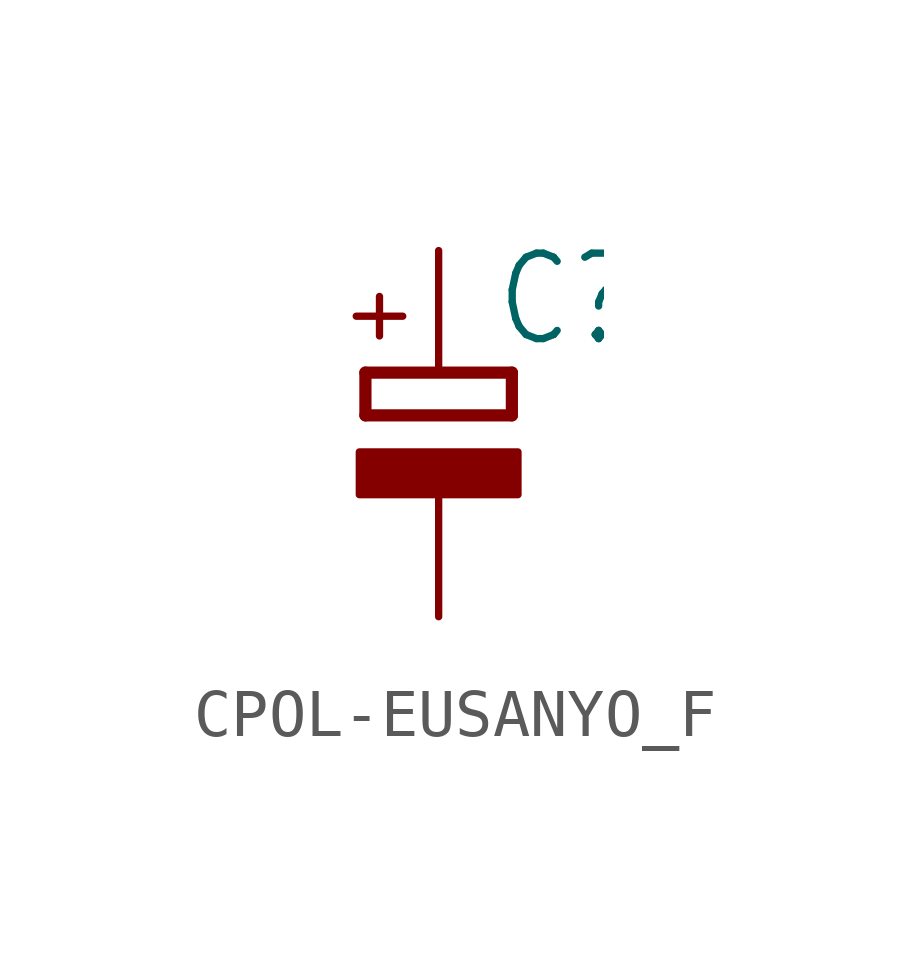
<source format=kicad_sym>
(kicad_symbol_lib
  (version 20231120)
  (generator "kicad_symbol_editor")
  (generator_version "8.0")
  (symbol "CPOL-EUSANYO_F"
    (property "Reference" "C"
      (at 1.143 0.483 0)
      (effects (font (size 1.778 1.511)) (justify left bottom)))
    (property "Value" ""
      (at 1.143 -4.597 0)
      (effects (font (size 1.778 1.511)) (justify left bottom)))
    (property "ki_locked" ""
      (at 0 0 0)
      (effects (font (size 1.27 1.27))))
    (symbol "CPOL-EUSANYO_F_1_0"
      (rectangle (start -1.651 -2.54) (end 1.651 -1.651) (stroke (width 0) (type default)) (fill (type outline)))
      (polyline (pts (xy -1.524 -0.889) (xy 1.524 -0.889)) (stroke (width 0.254) (type solid)) (fill (type none)))
      (polyline (pts (xy -1.524 0) (xy -1.524 -0.889)) (stroke (width 0.254) (type solid)) (fill (type none)))
      (polyline (pts (xy -1.524 0) (xy 1.524 0)) (stroke (width 0.254) (type solid)) (fill (type none)))
      (polyline (pts (xy 1.524 -0.889) (xy 1.524 0)) (stroke (width 0.254) (type solid)) (fill (type none)))
      (text "+" (at -0.584 0.406 900) (effects (font (size 1.27 1.079)) (justify left bottom)))
      (pin passive line (at 0 2.54 270) (length 2.54) (name "+" (effects (font (size 0 0)))) (number "+" (effects (font (size 0 0)))))
      (pin passive line (at 0 -5.08 90) (length 2.54) (name "-" (effects (font (size 0 0)))) (number "-" (effects (font (size 0 0))))))))
</source>
